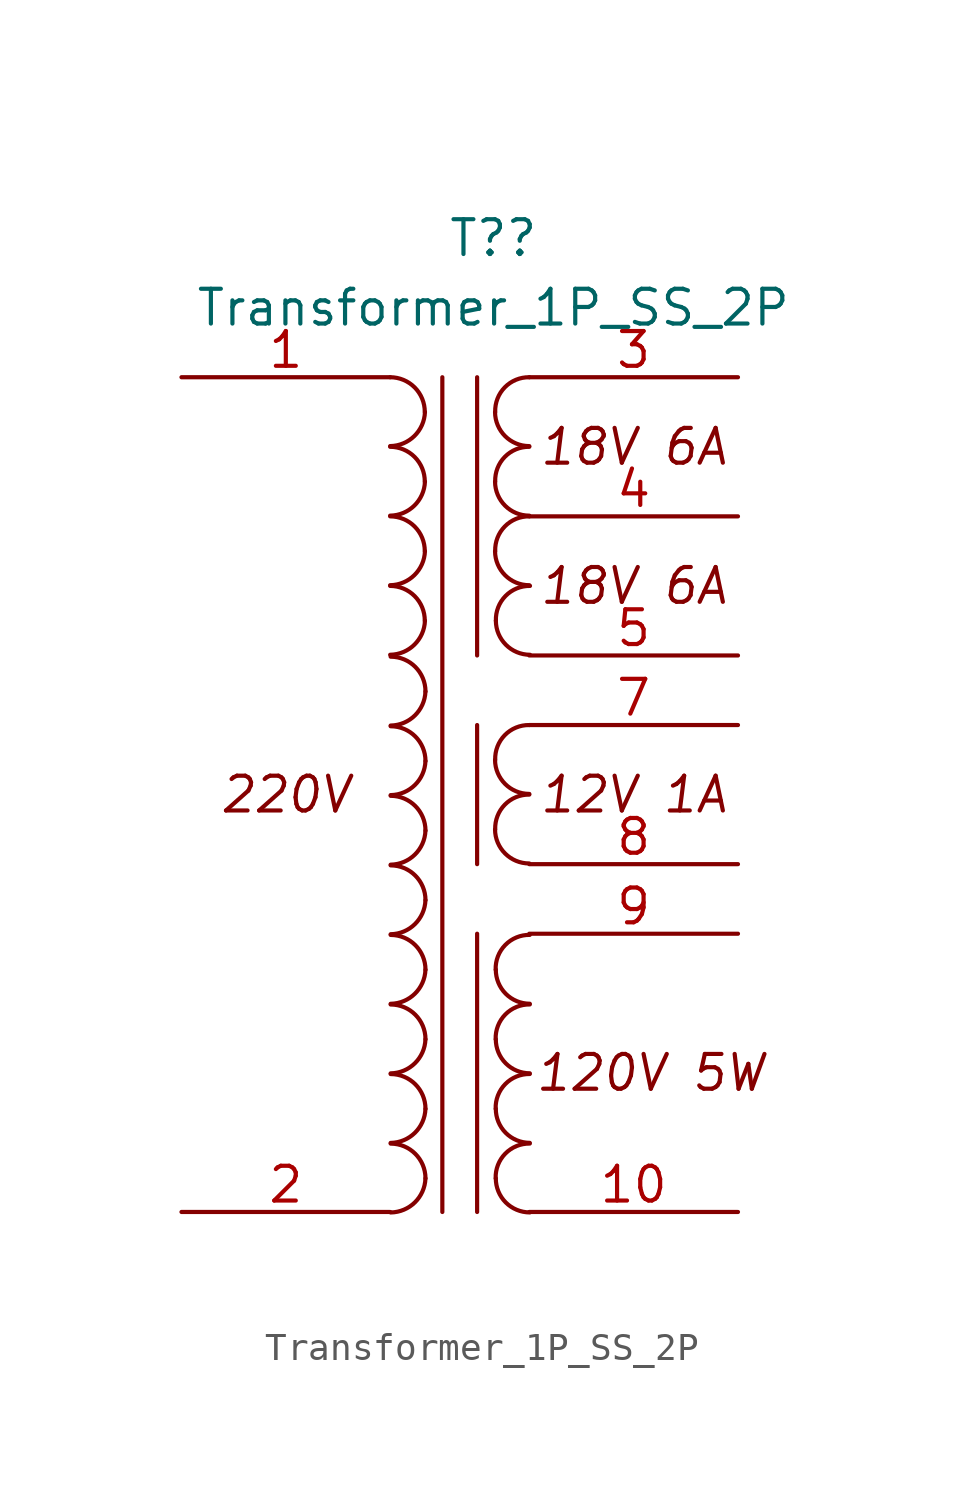
<source format=kicad_sym>
(kicad_symbol_lib
  (version 20211014)
  (generator kicad_symbol_editor)
  (symbol "Transformer_1P_SS_2P"
    (pin_names
      (offset 1.016) hide)
    (property "Reference" "T?"
      (at 1.225 10.16 0)
      (effects (font (size 1.27 1.27))))
    (property "Value" "Transformer_1P_SS_2P"
      (at 1.225 7.62 0)
      (effects (font (size 1.27 1.27))))
    (symbol "Transformer_1P_SS_2P_0_0"
      (text "120V 5W" (at 6.985 -20.32 0) (effects (font (size 1.27 1.27) italic)))
      (text "12V 1A" (at 6.35 -10.16 0) (effects (font (size 1.27 1.27) italic)))
      (text "18V 6A" (at 6.35 -2.54 0) (effects (font (size 1.27 1.27) italic)))
      (text "18V 6A" (at 6.35 2.54 0) (effects (font (size 1.27 1.27) italic)))
      (text "220V" (at -6.35 -10.16 0) (effects (font (size 1.27 1.27) italic))))
    (symbol "Transformer_1P_SS_2P_0_1"
      (arc (start -2.54 -5.0546) (mid -1.6599 -4.6901) (end -1.27 -3.81) (stroke (width 0) (type default) (color 0 0 0 0)) (fill (type none)))
      (arc (start -2.54 -2.5146) (mid -1.6599 -2.1501) (end -1.27 -1.27) (stroke (width 0) (type default) (color 0 0 0 0)) (fill (type none)))
      (arc (start -2.54 0.0254) (mid -1.6599 0.3899) (end -1.27 1.27) (stroke (width 0) (type default) (color 0 0 0 0)) (fill (type none)))
      (arc (start -2.54 2.5654) (mid -1.6599 2.9299) (end -1.27 3.81) (stroke (width 0) (type default) (color 0 0 0 0)) (fill (type none)))
      (arc (start -2.5217 -25.4189) (mid -1.6378 -25.0506) (end -1.2517 -24.1743) (stroke (width 0) (type default) (color 0 0 0 0)) (fill (type none)))
      (arc (start -2.5217 -22.8789) (mid -1.6378 -22.5106) (end -1.2517 -21.6343) (stroke (width 0) (type default) (color 0 0 0 0)) (fill (type none)))
      (arc (start -2.5217 -20.3389) (mid -1.6378 -19.9706) (end -1.2517 -19.0943) (stroke (width 0) (type default) (color 0 0 0 0)) (fill (type none)))
      (arc (start -2.5217 -17.7989) (mid -1.6378 -17.4306) (end -1.2517 -16.5543) (stroke (width 0) (type default) (color 0 0 0 0)) (fill (type none)))
      (arc (start -2.5217 -15.2589) (mid -1.6378 -14.8906) (end -1.2517 -14.0143) (stroke (width 0) (type default) (color 0 0 0 0)) (fill (type none)))
      (arc (start -2.5217 -12.7189) (mid -1.6378 -12.3506) (end -1.2517 -11.4743) (stroke (width 0) (type default) (color 0 0 0 0)) (fill (type none)))
      (arc (start -2.5217 -10.1789) (mid -1.6378 -9.8106) (end -1.2517 -8.9343) (stroke (width 0) (type default) (color 0 0 0 0)) (fill (type none)))
      (arc (start -2.5217 -7.6389) (mid -1.6378 -7.2706) (end -1.2517 -6.3943) (stroke (width 0) (type default) (color 0 0 0 0)) (fill (type none)))
      (arc (start -1.27 -3.81) (mid -1.642 -2.912) (end -2.54 -2.54) (stroke (width 0) (type default) (color 0 0 0 0)) (fill (type none)))
      (arc (start -1.27 -1.27) (mid -1.642 -0.372) (end -2.54 0) (stroke (width 0) (type default) (color 0 0 0 0)) (fill (type none)))
      (arc (start -1.27 1.27) (mid -1.642 2.168) (end -2.54 2.54) (stroke (width 0) (type default) (color 0 0 0 0)) (fill (type none)))
      (arc (start -1.27 3.81) (mid -1.642 4.708) (end -2.54 5.08) (stroke (width 0) (type default) (color 0 0 0 0)) (fill (type none)))
      (arc (start -1.2517 -24.1743) (mid -1.6237 -23.2763) (end -2.5217 -22.9043) (stroke (width 0) (type default) (color 0 0 0 0)) (fill (type none)))
      (arc (start -1.2517 -21.6343) (mid -1.6237 -20.7363) (end -2.5217 -20.3643) (stroke (width 0) (type default) (color 0 0 0 0)) (fill (type none)))
      (arc (start -1.2517 -19.0943) (mid -1.6237 -18.1963) (end -2.5217 -17.8243) (stroke (width 0) (type default) (color 0 0 0 0)) (fill (type none)))
      (arc (start -1.2517 -16.5543) (mid -1.6237 -15.6563) (end -2.5217 -15.2843) (stroke (width 0) (type default) (color 0 0 0 0)) (fill (type none)))
      (arc (start -1.2517 -14.0143) (mid -1.6237 -13.1163) (end -2.5217 -12.7443) (stroke (width 0) (type default) (color 0 0 0 0)) (fill (type none)))
      (arc (start -1.2517 -11.4743) (mid -1.6237 -10.5763) (end -2.5217 -10.2043) (stroke (width 0) (type default) (color 0 0 0 0)) (fill (type none)))
      (arc (start -1.2517 -8.9343) (mid -1.6237 -8.0363) (end -2.5217 -7.6643) (stroke (width 0) (type default) (color 0 0 0 0)) (fill (type none)))
      (arc (start -1.2517 -6.3943) (mid -1.6237 -5.4963) (end -2.5217 -5.1243) (stroke (width 0) (type default) (color 0 0 0 0)) (fill (type none)))
      (polyline (pts (xy -0.635 5.08) (xy -0.635 -25.4)) (stroke (width 0) (type default) (color 0 0 0 0)) (fill (type none)))
      (polyline (pts (xy 0.635 -25.4) (xy 0.635 -15.24)) (stroke (width 0) (type default) (color 0 0 0 0)) (fill (type none)))
      (polyline (pts (xy 0.635 -12.7) (xy 0.635 -7.62)) (stroke (width 0) (type default) (color 0 0 0 0)) (fill (type none)))
      (polyline (pts (xy 0.635 -5.08) (xy 0.635 5.08)) (stroke (width 0) (type default) (color 0 0 0 0)) (fill (type none)))
      (arc (start 1.2954 -11.43) (mid 1.6599 -12.3101) (end 2.54 -12.6746) (stroke (width 0) (type default) (color 0 0 0 0)) (fill (type none)))
      (arc (start 1.2954 -8.89) (mid 1.6599 -9.7701) (end 2.54 -10.1346) (stroke (width 0) (type default) (color 0 0 0 0)) (fill (type none)))
      (arc (start 1.2954 -1.27) (mid 1.6599 -2.1501) (end 2.54 -2.5146) (stroke (width 0) (type default) (color 0 0 0 0)) (fill (type none)))
      (arc (start 1.2954 1.27) (mid 1.6599 0.3899) (end 2.54 0.0254) (stroke (width 0) (type default) (color 0 0 0 0)) (fill (type none)))
      (arc (start 1.2954 3.81) (mid 1.6599 2.9299) (end 2.54 2.5654) (stroke (width 0) (type default) (color 0 0 0 0)) (fill (type none)))
      (arc (start 1.3124 -24.172) (mid 1.6769 -25.0521) (end 2.557 -25.4166) (stroke (width 0) (type default) (color 0 0 0 0)) (fill (type none)))
      (arc (start 1.3124 -21.632) (mid 1.6769 -22.5121) (end 2.557 -22.8766) (stroke (width 0) (type default) (color 0 0 0 0)) (fill (type none)))
      (arc (start 1.3124 -19.092) (mid 1.6769 -19.9721) (end 2.557 -20.3366) (stroke (width 0) (type default) (color 0 0 0 0)) (fill (type none)))
      (arc (start 1.3124 -16.552) (mid 1.6769 -17.4321) (end 2.557 -17.7966) (stroke (width 0) (type default) (color 0 0 0 0)) (fill (type none)))
      (arc (start 1.3208 -3.81) (mid 1.6853 -4.6901) (end 2.5654 -5.0546) (stroke (width 0) (type default) (color 0 0 0 0)) (fill (type none)))
      (arc (start 2.54 -10.16) (mid 1.6458 -10.5285) (end 1.2954 -11.43) (stroke (width 0) (type default) (color 0 0 0 0)) (fill (type none)))
      (arc (start 2.54 -7.62) (mid 1.6458 -7.9885) (end 1.2954 -8.89) (stroke (width 0) (type default) (color 0 0 0 0)) (fill (type none)))
      (arc (start 2.54 0) (mid 1.642 -0.372) (end 1.2954 -1.27) (stroke (width 0) (type default) (color 0 0 0 0)) (fill (type none)))
      (arc (start 2.54 2.54) (mid 1.642 2.168) (end 1.2954 1.27) (stroke (width 0) (type default) (color 0 0 0 0)) (fill (type none)))
      (arc (start 2.54 5.08) (mid 1.642 4.708) (end 1.2954 3.81) (stroke (width 0) (type default) (color 0 0 0 0)) (fill (type none)))
      (arc (start 2.557 -22.902) (mid 1.6628 -23.2705) (end 1.3124 -24.172) (stroke (width 0) (type default) (color 0 0 0 0)) (fill (type none)))
      (arc (start 2.557 -20.362) (mid 1.6628 -20.7305) (end 1.3124 -21.632) (stroke (width 0) (type default) (color 0 0 0 0)) (fill (type none)))
      (arc (start 2.557 -17.822) (mid 1.6628 -18.1905) (end 1.3124 -19.092) (stroke (width 0) (type default) (color 0 0 0 0)) (fill (type none)))
      (arc (start 2.557 -15.282) (mid 1.6628 -15.6505) (end 1.3124 -16.552) (stroke (width 0) (type default) (color 0 0 0 0)) (fill (type none)))
      (arc (start 2.5654 -2.54) (mid 1.6674 -2.912) (end 1.3208 -3.81) (stroke (width 0) (type default) (color 0 0 0 0)) (fill (type none))))
    (symbol "Transformer_1P_SS_2P_1_1"
      (pin passive line (at -10.16 5.08 0) (length 7.62) (name "AA" (effects (font (size 1.27 1.27)))) (number "1" (effects (font (size 1.27 1.27)))))
      (pin passive line (at 10.16 -25.4 180) (length 7.62) (name "SA" (effects (font (size 1.27 1.27)))) (number "10" (effects (font (size 1.27 1.27)))))
      (pin passive line (at -10.16 -25.4 0) (length 7.62) (name "AB" (effects (font (size 1.27 1.27)))) (number "2" (effects (font (size 1.27 1.27)))))
      (pin passive line (at 10.16 5.08 180) (length 7.62) (name "SB" (effects (font (size 1.27 1.27)))) (number "3" (effects (font (size 1.27 1.27)))))
      (pin passive line (at 10.16 0 180) (length 7.62) (name "SA" (effects (font (size 1.27 1.27)))) (number "4" (effects (font (size 1.27 1.27)))))
      (pin passive line (at 10.16 -5.08 180) (length 7.62) (name "SA" (effects (font (size 1.27 1.27)))) (number "5" (effects (font (size 1.27 1.27)))))
      (pin passive line (at 10.16 -7.62 180) (length 7.62) (name "SB" (effects (font (size 1.27 1.27)))) (number "7" (effects (font (size 1.27 1.27)))))
      (pin passive line (at 10.16 -12.7 180) (length 7.62) (name "SA" (effects (font (size 1.27 1.27)))) (number "8" (effects (font (size 1.27 1.27)))))
      (pin passive line (at 10.16 -15.24 180) (length 7.62) (name "SB" (effects (font (size 1.27 1.27)))) (number "9" (effects (font (size 1.27 1.27))))))))
</source>
